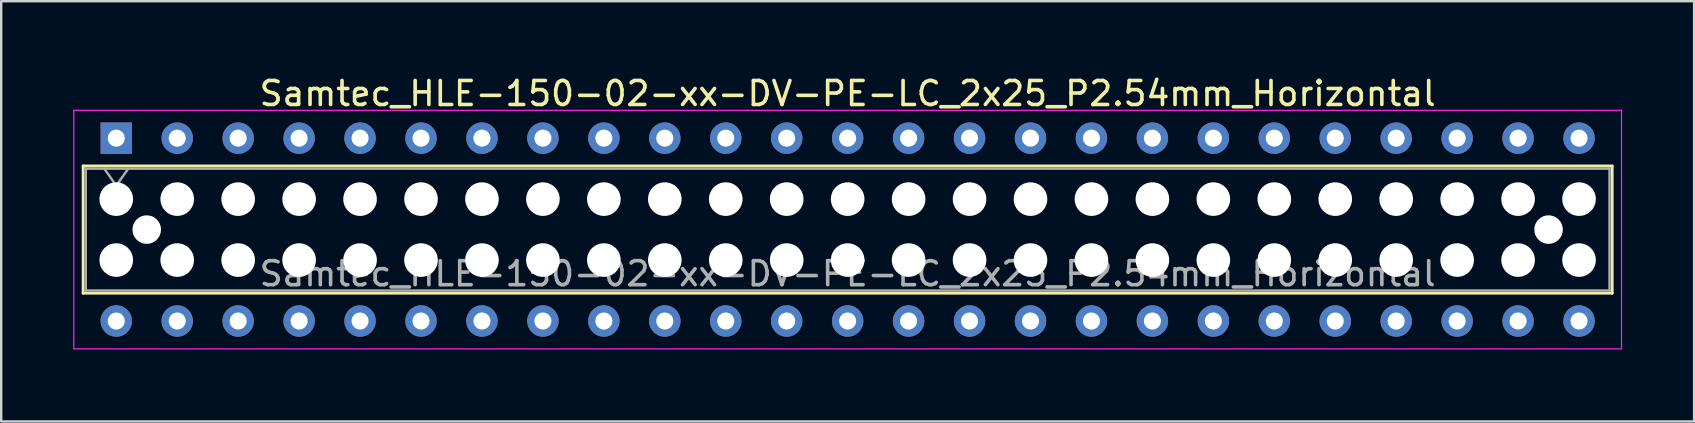
<source format=kicad_pcb>
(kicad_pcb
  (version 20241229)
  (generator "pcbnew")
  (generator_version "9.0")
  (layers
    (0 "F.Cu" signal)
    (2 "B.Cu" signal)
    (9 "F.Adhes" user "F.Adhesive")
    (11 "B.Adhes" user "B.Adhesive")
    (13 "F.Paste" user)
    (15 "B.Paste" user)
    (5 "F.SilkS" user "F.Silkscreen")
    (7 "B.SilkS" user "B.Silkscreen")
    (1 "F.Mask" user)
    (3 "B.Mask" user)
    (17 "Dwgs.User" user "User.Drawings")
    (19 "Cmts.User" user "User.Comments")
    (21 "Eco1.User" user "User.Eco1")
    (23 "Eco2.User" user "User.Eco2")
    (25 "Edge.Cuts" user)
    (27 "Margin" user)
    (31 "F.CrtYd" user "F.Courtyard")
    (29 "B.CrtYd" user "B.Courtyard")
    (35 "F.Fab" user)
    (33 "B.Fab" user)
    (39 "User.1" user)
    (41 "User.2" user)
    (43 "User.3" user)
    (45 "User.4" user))
  (footprint "Samtec_HLE-150-02-xx-DV-PE-LC_2x25_P2.54mm_Horizontal"
    (layer "F.Cu")
    (at 1.795 2.708)
    (property "Reference" "Samtec_HLE-150-02-xx-DV-PE-LC_2x25_P2.54mm_Horizontal" (at 30.48 -1.86 0) (layer "F.SilkS") (effects (font (size 1 1) (thickness 0.15))))
    (attr through_hole)
    (fp_line (start -1.38 1.16) (end 62.34 1.16) (stroke (width 0.12) (type solid)) (layer "F.SilkS"))
    (fp_line (start -1.38 6.46) (end -1.38 1.16) (stroke (width 0.12) (type solid)) (layer "F.SilkS"))
    (fp_line (start 62.34 1.16) (end 62.34 6.46) (stroke (width 0.12) (type solid)) (layer "F.SilkS"))
    (fp_line (start 62.34 6.46) (end -1.38 6.46) (stroke (width 0.12) (type solid)) (layer "F.SilkS"))
    (fp_line (start -1.77 -1.16) (end 62.73 -1.16) (stroke (width 0.05) (type solid)) (layer "F.CrtYd"))
    (fp_line (start -1.77 8.78) (end -1.77 -1.16) (stroke (width 0.05) (type solid)) (layer "F.CrtYd"))
    (fp_line (start 62.73 -1.16) (end 62.73 8.78) (stroke (width 0.05) (type solid)) (layer "F.CrtYd"))
    (fp_line (start 62.73 8.78) (end -1.77 8.78) (stroke (width 0.05) (type solid)) (layer "F.CrtYd"))
    (fp_line (start -1.27 1.27) (end 62.23 1.27) (stroke (width 0.1) (type solid)) (layer "F.Fab"))
    (fp_line (start -1.27 6.35) (end -1.27 1.27) (stroke (width 0.1) (type solid)) (layer "F.Fab"))
    (fp_line (start -0.5 1.27) (end 0 1.977) (stroke (width 0.1) (type solid)) (layer "F.Fab"))
    (fp_line (start 0 1.977) (end 0.5 1.27) (stroke (width 0.1) (type solid)) (layer "F.Fab"))
    (fp_line (start 62.23 1.27) (end 62.23 6.35) (stroke (width 0.1) (type solid)) (layer "F.Fab"))
    (fp_line (start 62.23 6.35) (end -1.27 6.35) (stroke (width 0.1) (type solid)) (layer "F.Fab"))
    (fp_text user "${REFERENCE}" (at 30.48 5.65 0) (layer "F.Fab") (effects (font (size 1 1) (thickness 0.15))))
    (pad "" np_thru_hole circle (at 0 2.54) (size 1.4 1.4) (drill 1.4) (layers "*.Cu" "*.Mask"))
    (pad "" np_thru_hole circle (at 0 5.08) (size 1.4 1.4) (drill 1.4) (layers "*.Cu" "*.Mask"))
    (pad "" np_thru_hole circle (at 1.27 3.81) (size 1.19 1.19) (drill 1.19) (layers "*.Cu" "*.Mask"))
    (pad "" np_thru_hole circle (at 2.54 2.54) (size 1.4 1.4) (drill 1.4) (layers "*.Cu" "*.Mask"))
    (pad "" np_thru_hole circle (at 2.54 5.08) (size 1.4 1.4) (drill 1.4) (layers "*.Cu" "*.Mask"))
    (pad "" np_thru_hole circle (at 5.08 2.54) (size 1.4 1.4) (drill 1.4) (layers "*.Cu" "*.Mask"))
    (pad "" np_thru_hole circle (at 5.08 5.08) (size 1.4 1.4) (drill 1.4) (layers "*.Cu" "*.Mask"))
    (pad "" np_thru_hole circle (at 7.62 2.54) (size 1.4 1.4) (drill 1.4) (layers "*.Cu" "*.Mask"))
    (pad "" np_thru_hole circle (at 7.62 5.08) (size 1.4 1.4) (drill 1.4) (layers "*.Cu" "*.Mask"))
    (pad "" np_thru_hole circle (at 10.16 2.54) (size 1.4 1.4) (drill 1.4) (layers "*.Cu" "*.Mask"))
    (pad "" np_thru_hole circle (at 10.16 5.08) (size 1.4 1.4) (drill 1.4) (layers "*.Cu" "*.Mask"))
    (pad "" np_thru_hole circle (at 12.7 2.54) (size 1.4 1.4) (drill 1.4) (layers "*.Cu" "*.Mask"))
    (pad "" np_thru_hole circle (at 12.7 5.08) (size 1.4 1.4) (drill 1.4) (layers "*.Cu" "*.Mask"))
    (pad "" np_thru_hole circle (at 15.24 2.54) (size 1.4 1.4) (drill 1.4) (layers "*.Cu" "*.Mask"))
    (pad "" np_thru_hole circle (at 15.24 5.08) (size 1.4 1.4) (drill 1.4) (layers "*.Cu" "*.Mask"))
    (pad "" np_thru_hole circle (at 17.78 2.54) (size 1.4 1.4) (drill 1.4) (layers "*.Cu" "*.Mask"))
    (pad "" np_thru_hole circle (at 17.78 5.08) (size 1.4 1.4) (drill 1.4) (layers "*.Cu" "*.Mask"))
    (pad "" np_thru_hole circle (at 20.32 2.54) (size 1.4 1.4) (drill 1.4) (layers "*.Cu" "*.Mask"))
    (pad "" np_thru_hole circle (at 20.32 5.08) (size 1.4 1.4) (drill 1.4) (layers "*.Cu" "*.Mask"))
    (pad "" np_thru_hole circle (at 22.86 2.54) (size 1.4 1.4) (drill 1.4) (layers "*.Cu" "*.Mask"))
    (pad "" np_thru_hole circle (at 22.86 5.08) (size 1.4 1.4) (drill 1.4) (layers "*.Cu" "*.Mask"))
    (pad "" np_thru_hole circle (at 25.4 2.54) (size 1.4 1.4) (drill 1.4) (layers "*.Cu" "*.Mask"))
    (pad "" np_thru_hole circle (at 25.4 5.08) (size 1.4 1.4) (drill 1.4) (layers "*.Cu" "*.Mask"))
    (pad "" np_thru_hole circle (at 27.94 2.54) (size 1.4 1.4) (drill 1.4) (layers "*.Cu" "*.Mask"))
    (pad "" np_thru_hole circle (at 27.94 5.08) (size 1.4 1.4) (drill 1.4) (layers "*.Cu" "*.Mask"))
    (pad "" np_thru_hole circle (at 30.48 2.54) (size 1.4 1.4) (drill 1.4) (layers "*.Cu" "*.Mask"))
    (pad "" np_thru_hole circle (at 30.48 5.08) (size 1.4 1.4) (drill 1.4) (layers "*.Cu" "*.Mask"))
    (pad "" np_thru_hole circle (at 33.02 2.54) (size 1.4 1.4) (drill 1.4) (layers "*.Cu" "*.Mask"))
    (pad "" np_thru_hole circle (at 33.02 5.08) (size 1.4 1.4) (drill 1.4) (layers "*.Cu" "*.Mask"))
    (pad "" np_thru_hole circle (at 35.56 2.54) (size 1.4 1.4) (drill 1.4) (layers "*.Cu" "*.Mask"))
    (pad "" np_thru_hole circle (at 35.56 5.08) (size 1.4 1.4) (drill 1.4) (layers "*.Cu" "*.Mask"))
    (pad "" np_thru_hole circle (at 38.1 2.54) (size 1.4 1.4) (drill 1.4) (layers "*.Cu" "*.Mask"))
    (pad "" np_thru_hole circle (at 38.1 5.08) (size 1.4 1.4) (drill 1.4) (layers "*.Cu" "*.Mask"))
    (pad "" np_thru_hole circle (at 40.64 2.54) (size 1.4 1.4) (drill 1.4) (layers "*.Cu" "*.Mask"))
    (pad "" np_thru_hole circle (at 40.64 5.08) (size 1.4 1.4) (drill 1.4) (layers "*.Cu" "*.Mask"))
    (pad "" np_thru_hole circle (at 43.18 2.54) (size 1.4 1.4) (drill 1.4) (layers "*.Cu" "*.Mask"))
    (pad "" np_thru_hole circle (at 43.18 5.08) (size 1.4 1.4) (drill 1.4) (layers "*.Cu" "*.Mask"))
    (pad "" np_thru_hole circle (at 45.72 2.54) (size 1.4 1.4) (drill 1.4) (layers "*.Cu" "*.Mask"))
    (pad "" np_thru_hole circle (at 45.72 5.08) (size 1.4 1.4) (drill 1.4) (layers "*.Cu" "*.Mask"))
    (pad "" np_thru_hole circle (at 48.26 2.54) (size 1.4 1.4) (drill 1.4) (layers "*.Cu" "*.Mask"))
    (pad "" np_thru_hole circle (at 48.26 5.08) (size 1.4 1.4) (drill 1.4) (layers "*.Cu" "*.Mask"))
    (pad "" np_thru_hole circle (at 50.8 2.54) (size 1.4 1.4) (drill 1.4) (layers "*.Cu" "*.Mask"))
    (pad "" np_thru_hole circle (at 50.8 5.08) (size 1.4 1.4) (drill 1.4) (layers "*.Cu" "*.Mask"))
    (pad "" np_thru_hole circle (at 53.34 2.54) (size 1.4 1.4) (drill 1.4) (layers "*.Cu" "*.Mask"))
    (pad "" np_thru_hole circle (at 53.34 5.08) (size 1.4 1.4) (drill 1.4) (layers "*.Cu" "*.Mask"))
    (pad "" np_thru_hole circle (at 55.88 2.54) (size 1.4 1.4) (drill 1.4) (layers "*.Cu" "*.Mask"))
    (pad "" np_thru_hole circle (at 55.88 5.08) (size 1.4 1.4) (drill 1.4) (layers "*.Cu" "*.Mask"))
    (pad "" np_thru_hole circle (at 58.42 2.54) (size 1.4 1.4) (drill 1.4) (layers "*.Cu" "*.Mask"))
    (pad "" np_thru_hole circle (at 58.42 5.08) (size 1.4 1.4) (drill 1.4) (layers "*.Cu" "*.Mask"))
    (pad "" np_thru_hole circle (at 59.69 3.81) (size 1.19 1.19) (drill 1.19) (layers "*.Cu" "*.Mask"))
    (pad "" np_thru_hole circle (at 60.96 2.54) (size 1.4 1.4) (drill 1.4) (layers "*.Cu" "*.Mask"))
    (pad "" np_thru_hole circle (at 60.96 5.08) (size 1.4 1.4) (drill 1.4) (layers "*.Cu" "*.Mask"))
    (pad "1" thru_hole rect (at 0 0) (size 1.31 1.31) (drill 0.71) (layers "*.Cu" "*.Mask"))
    (pad "2" thru_hole circle (at 0 7.62) (size 1.31 1.31) (drill 0.71) (layers "*.Cu" "*.Mask"))
    (pad "3" thru_hole circle (at 2.54 0) (size 1.31 1.31) (drill 0.71) (layers "*.Cu" "*.Mask"))
    (pad "4" thru_hole circle (at 2.54 7.62) (size 1.31 1.31) (drill 0.71) (layers "*.Cu" "*.Mask"))
    (pad "5" thru_hole circle (at 5.08 0) (size 1.31 1.31) (drill 0.71) (layers "*.Cu" "*.Mask"))
    (pad "6" thru_hole circle (at 5.08 7.62) (size 1.31 1.31) (drill 0.71) (layers "*.Cu" "*.Mask"))
    (pad "7" thru_hole circle (at 7.62 0) (size 1.31 1.31) (drill 0.71) (layers "*.Cu" "*.Mask"))
    (pad "8" thru_hole circle (at 7.62 7.62) (size 1.31 1.31) (drill 0.71) (layers "*.Cu" "*.Mask"))
    (pad "9" thru_hole circle (at 10.16 0) (size 1.31 1.31) (drill 0.71) (layers "*.Cu" "*.Mask"))
    (pad "10" thru_hole circle (at 10.16 7.62) (size 1.31 1.31) (drill 0.71) (layers "*.Cu" "*.Mask"))
    (pad "11" thru_hole circle (at 12.7 0) (size 1.31 1.31) (drill 0.71) (layers "*.Cu" "*.Mask"))
    (pad "12" thru_hole circle (at 12.7 7.62) (size 1.31 1.31) (drill 0.71) (layers "*.Cu" "*.Mask"))
    (pad "13" thru_hole circle (at 15.24 0) (size 1.31 1.31) (drill 0.71) (layers "*.Cu" "*.Mask"))
    (pad "14" thru_hole circle (at 15.24 7.62) (size 1.31 1.31) (drill 0.71) (layers "*.Cu" "*.Mask"))
    (pad "15" thru_hole circle (at 17.78 0) (size 1.31 1.31) (drill 0.71) (layers "*.Cu" "*.Mask"))
    (pad "16" thru_hole circle (at 17.78 7.62) (size 1.31 1.31) (drill 0.71) (layers "*.Cu" "*.Mask"))
    (pad "17" thru_hole circle (at 20.32 0) (size 1.31 1.31) (drill 0.71) (layers "*.Cu" "*.Mask"))
    (pad "18" thru_hole circle (at 20.32 7.62) (size 1.31 1.31) (drill 0.71) (layers "*.Cu" "*.Mask"))
    (pad "19" thru_hole circle (at 22.86 0) (size 1.31 1.31) (drill 0.71) (layers "*.Cu" "*.Mask"))
    (pad "20" thru_hole circle (at 22.86 7.62) (size 1.31 1.31) (drill 0.71) (layers "*.Cu" "*.Mask"))
    (pad "21" thru_hole circle (at 25.4 0) (size 1.31 1.31) (drill 0.71) (layers "*.Cu" "*.Mask"))
    (pad "22" thru_hole circle (at 25.4 7.62) (size 1.31 1.31) (drill 0.71) (layers "*.Cu" "*.Mask"))
    (pad "23" thru_hole circle (at 27.94 0) (size 1.31 1.31) (drill 0.71) (layers "*.Cu" "*.Mask"))
    (pad "24" thru_hole circle (at 27.94 7.62) (size 1.31 1.31) (drill 0.71) (layers "*.Cu" "*.Mask"))
    (pad "25" thru_hole circle (at 30.48 0) (size 1.31 1.31) (drill 0.71) (layers "*.Cu" "*.Mask"))
    (pad "26" thru_hole circle (at 30.48 7.62) (size 1.31 1.31) (drill 0.71) (layers "*.Cu" "*.Mask"))
    (pad "27" thru_hole circle (at 33.02 0) (size 1.31 1.31) (drill 0.71) (layers "*.Cu" "*.Mask"))
    (pad "28" thru_hole circle (at 33.02 7.62) (size 1.31 1.31) (drill 0.71) (layers "*.Cu" "*.Mask"))
    (pad "29" thru_hole circle (at 35.56 0) (size 1.31 1.31) (drill 0.71) (layers "*.Cu" "*.Mask"))
    (pad "30" thru_hole circle (at 35.56 7.62) (size 1.31 1.31) (drill 0.71) (layers "*.Cu" "*.Mask"))
    (pad "31" thru_hole circle (at 38.1 0) (size 1.31 1.31) (drill 0.71) (layers "*.Cu" "*.Mask"))
    (pad "32" thru_hole circle (at 38.1 7.62) (size 1.31 1.31) (drill 0.71) (layers "*.Cu" "*.Mask"))
    (pad "33" thru_hole circle (at 40.64 0) (size 1.31 1.31) (drill 0.71) (layers "*.Cu" "*.Mask"))
    (pad "34" thru_hole circle (at 40.64 7.62) (size 1.31 1.31) (drill 0.71) (layers "*.Cu" "*.Mask"))
    (pad "35" thru_hole circle (at 43.18 0) (size 1.31 1.31) (drill 0.71) (layers "*.Cu" "*.Mask"))
    (pad "36" thru_hole circle (at 43.18 7.62) (size 1.31 1.31) (drill 0.71) (layers "*.Cu" "*.Mask"))
    (pad "37" thru_hole circle (at 45.72 0) (size 1.31 1.31) (drill 0.71) (layers "*.Cu" "*.Mask"))
    (pad "38" thru_hole circle (at 45.72 7.62) (size 1.31 1.31) (drill 0.71) (layers "*.Cu" "*.Mask"))
    (pad "39" thru_hole circle (at 48.26 0) (size 1.31 1.31) (drill 0.71) (layers "*.Cu" "*.Mask"))
    (pad "40" thru_hole circle (at 48.26 7.62) (size 1.31 1.31) (drill 0.71) (layers "*.Cu" "*.Mask"))
    (pad "41" thru_hole circle (at 50.8 0) (size 1.31 1.31) (drill 0.71) (layers "*.Cu" "*.Mask"))
    (pad "42" thru_hole circle (at 50.8 7.62) (size 1.31 1.31) (drill 0.71) (layers "*.Cu" "*.Mask"))
    (pad "43" thru_hole circle (at 53.34 0) (size 1.31 1.31) (drill 0.71) (layers "*.Cu" "*.Mask"))
    (pad "44" thru_hole circle (at 53.34 7.62) (size 1.31 1.31) (drill 0.71) (layers "*.Cu" "*.Mask"))
    (pad "45" thru_hole circle (at 55.88 0) (size 1.31 1.31) (drill 0.71) (layers "*.Cu" "*.Mask"))
    (pad "46" thru_hole circle (at 55.88 7.62) (size 1.31 1.31) (drill 0.71) (layers "*.Cu" "*.Mask"))
    (pad "47" thru_hole circle (at 58.42 0) (size 1.31 1.31) (drill 0.71) (layers "*.Cu" "*.Mask"))
    (pad "48" thru_hole circle (at 58.42 7.62) (size 1.31 1.31) (drill 0.71) (layers "*.Cu" "*.Mask"))
    (pad "49" thru_hole circle (at 60.96 0) (size 1.31 1.31) (drill 0.71) (layers "*.Cu" "*.Mask"))
    (pad "50" thru_hole circle (at 60.96 7.62) (size 1.31 1.31) (drill 0.71) (layers "*.Cu" "*.Mask")))
  (gr_rect
    (start -3 -3)
    (end 67.55 14.513)
    (stroke (width 0.1) (type default))
    (fill no)
    (layer "Edge.Cuts")))
</source>
